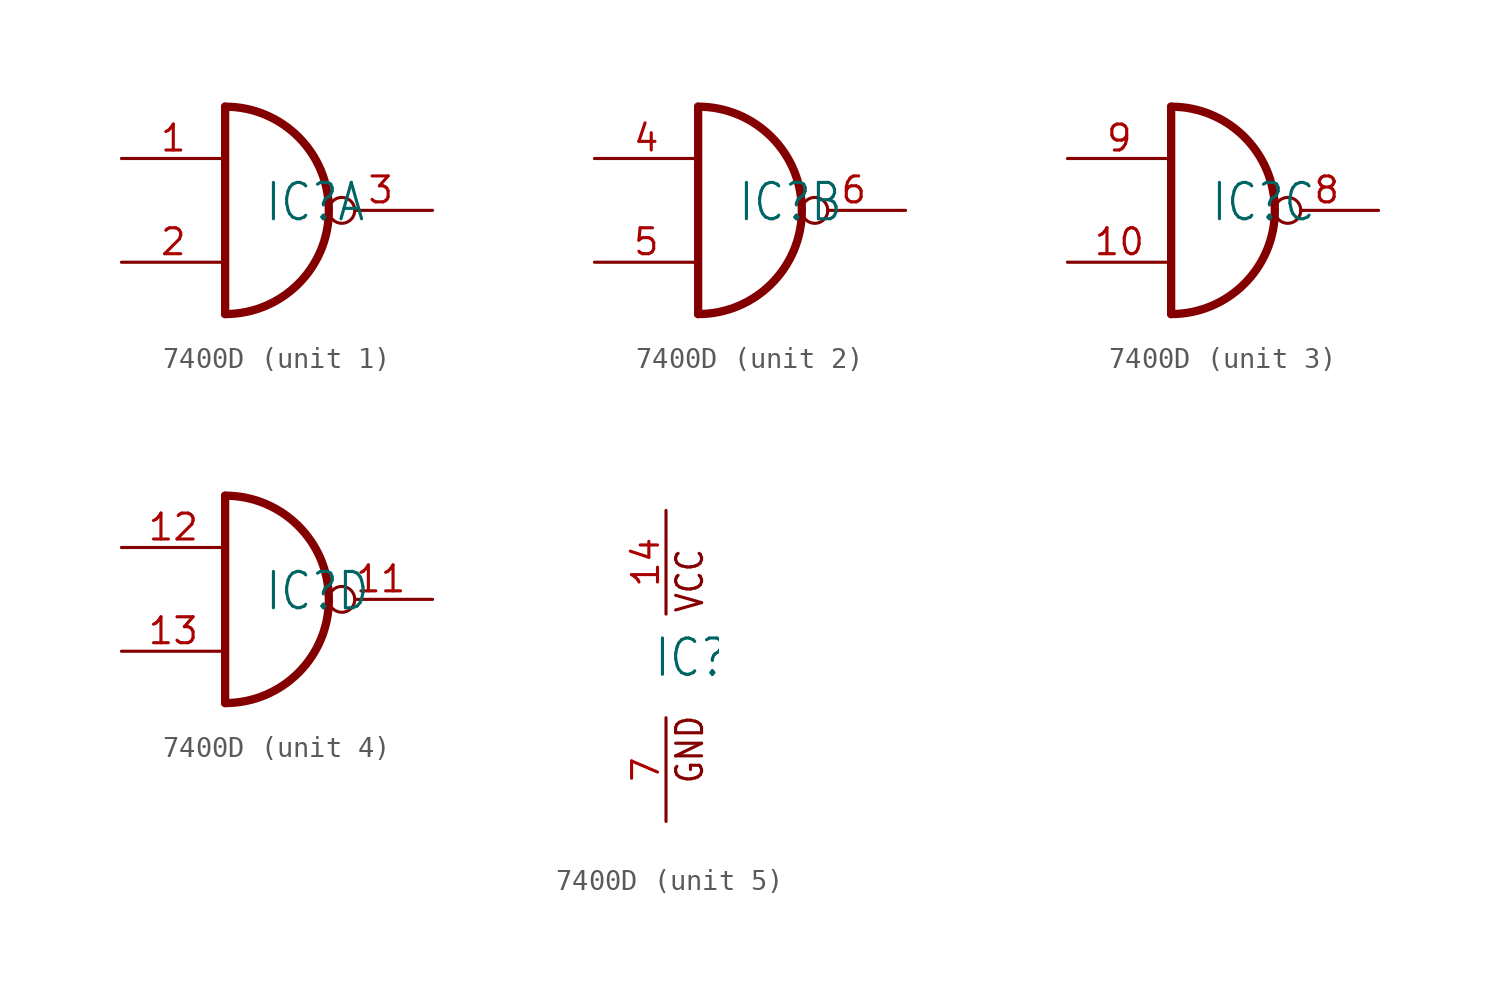
<source format=kicad_sym>
(kicad_symbol_lib
  (version 20220914)
  (generator kicad_symbol_editor)
  (symbol "7400D"
    (property "Reference" "IC"
      (at -0.635 -0.635 0)
      (effects (font (size 1.778 1.511)) (justify left bottom)))
    (property "ki_locked" ""
      (at 0 0 0)
      (effects (font (size 1.27 1.27))))
    (symbol "7400D_1_0"
      (arc (start -2.54 -5.08) (mid 2.54 0) (end -2.54 5.08) (stroke (width 0.4064) (type solid)) (fill (type none)))
      (polyline (pts (xy -2.54 5.08) (xy -2.54 -5.08)) (stroke (width 0.406) (type solid)) (fill (type none)))
      (pin input line (at -7.62 2.54 0) (length 5.08) (name "I0" (effects (font (size 0 0)))) (number "1" (effects (font (size 1.27 1.27)))))
      (pin input line (at -7.62 -2.54 0) (length 5.08) (name "I1" (effects (font (size 0 0)))) (number "2" (effects (font (size 1.27 1.27)))))
      (pin output inverted (at 7.62 0 180) (length 5.08) (name "O" (effects (font (size 0 0)))) (number "3" (effects (font (size 1.27 1.27))))))
    (symbol "7400D_2_0"
      (arc (start -2.54 -5.08) (mid 2.54 0) (end -2.54 5.08) (stroke (width 0.4064) (type solid)) (fill (type none)))
      (polyline (pts (xy -2.54 5.08) (xy -2.54 -5.08)) (stroke (width 0.406) (type solid)) (fill (type none)))
      (pin input line (at -7.62 2.54 0) (length 5.08) (name "I0" (effects (font (size 0 0)))) (number "4" (effects (font (size 1.27 1.27)))))
      (pin input line (at -7.62 -2.54 0) (length 5.08) (name "I1" (effects (font (size 0 0)))) (number "5" (effects (font (size 1.27 1.27)))))
      (pin output inverted (at 7.62 0 180) (length 5.08) (name "O" (effects (font (size 0 0)))) (number "6" (effects (font (size 1.27 1.27))))))
    (symbol "7400D_3_0"
      (arc (start -2.54 -5.08) (mid 2.54 0) (end -2.54 5.08) (stroke (width 0.4064) (type solid)) (fill (type none)))
      (polyline (pts (xy -2.54 5.08) (xy -2.54 -5.08)) (stroke (width 0.406) (type solid)) (fill (type none)))
      (pin input line (at -7.62 -2.54 0) (length 5.08) (name "I1" (effects (font (size 0 0)))) (number "10" (effects (font (size 1.27 1.27)))))
      (pin output inverted (at 7.62 0 180) (length 5.08) (name "O" (effects (font (size 0 0)))) (number "8" (effects (font (size 1.27 1.27)))))
      (pin input line (at -7.62 2.54 0) (length 5.08) (name "I0" (effects (font (size 0 0)))) (number "9" (effects (font (size 1.27 1.27))))))
    (symbol "7400D_4_0"
      (arc (start -2.54 -5.08) (mid 2.54 0) (end -2.54 5.08) (stroke (width 0.4064) (type solid)) (fill (type none)))
      (polyline (pts (xy -2.54 5.08) (xy -2.54 -5.08)) (stroke (width 0.406) (type solid)) (fill (type none)))
      (pin output inverted (at 7.62 0 180) (length 5.08) (name "O" (effects (font (size 0 0)))) (number "11" (effects (font (size 1.27 1.27)))))
      (pin input line (at -7.62 2.54 0) (length 5.08) (name "I0" (effects (font (size 0 0)))) (number "12" (effects (font (size 1.27 1.27)))))
      (pin input line (at -7.62 -2.54 0) (length 5.08) (name "I1" (effects (font (size 0 0)))) (number "13" (effects (font (size 1.27 1.27))))))
    (symbol "7400D_5_0"
      (text "GND" (at 1.905 -5.842 900) (effects (font (size 1.27 1.079)) (justify left bottom)))
      (text "VCC" (at 1.905 2.54 900) (effects (font (size 1.27 1.079)) (justify left bottom)))
      (pin power_in line (at 0 7.62 270) (length 5.08) (name "VCC" (effects (font (size 0 0)))) (number "14" (effects (font (size 1.27 1.27)))))
      (pin power_in line (at 0 -7.62 90) (length 5.08) (name "GND" (effects (font (size 0 0)))) (number "7" (effects (font (size 1.27 1.27))))))))
</source>
